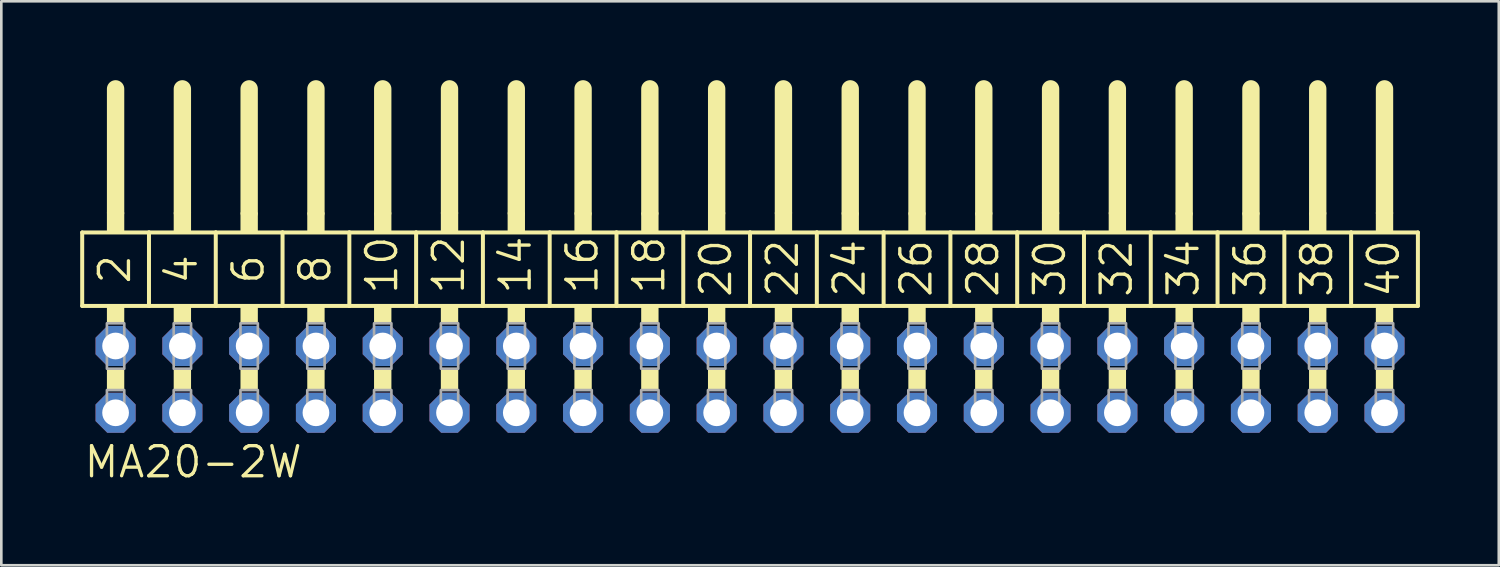
<source format=kicad_pcb>
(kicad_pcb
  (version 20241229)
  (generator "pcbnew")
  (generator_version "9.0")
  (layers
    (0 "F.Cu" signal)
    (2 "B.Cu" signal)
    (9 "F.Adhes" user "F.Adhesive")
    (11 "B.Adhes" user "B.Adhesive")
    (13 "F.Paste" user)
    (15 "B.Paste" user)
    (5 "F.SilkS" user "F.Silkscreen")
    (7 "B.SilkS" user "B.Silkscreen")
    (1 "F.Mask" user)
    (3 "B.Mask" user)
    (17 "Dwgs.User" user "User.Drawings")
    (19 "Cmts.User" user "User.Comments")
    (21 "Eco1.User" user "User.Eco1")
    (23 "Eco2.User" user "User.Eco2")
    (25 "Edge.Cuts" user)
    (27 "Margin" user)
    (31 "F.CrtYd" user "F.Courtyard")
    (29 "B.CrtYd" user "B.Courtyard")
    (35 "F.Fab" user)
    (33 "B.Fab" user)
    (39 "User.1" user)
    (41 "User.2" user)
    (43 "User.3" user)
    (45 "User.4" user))
  (footprint "MA20-2W"
    (layer "F.Cu")
    (at 25.476 11.379)
    (property "Reference" "MA20-2W" (at -25.4 3.81 0) (layer "F.SilkS") (effects (font (size 1.143 1.143) (thickness 0.127)) (justify left bottom)))
    (fp_line (start -25.4 -5.588) (end -22.86 -5.588) (stroke (width 0.152) (type solid)) (layer "F.SilkS"))
    (fp_line (start -25.4 -2.794) (end -25.4 -5.588) (stroke (width 0.152) (type solid)) (layer "F.SilkS"))
    (fp_line (start -24.13 -6.35) (end -24.13 -11.049) (stroke (width 0.66) (type solid)) (layer "F.SilkS"))
    (fp_line (start -22.86 -5.588) (end -20.32 -5.588) (stroke (width 0.152) (type solid)) (layer "F.SilkS"))
    (fp_line (start -22.86 -2.794) (end -25.4 -2.794) (stroke (width 0.152) (type solid)) (layer "F.SilkS"))
    (fp_line (start -22.86 -2.794) (end -22.86 -5.588) (stroke (width 0.152) (type solid)) (layer "F.SilkS"))
    (fp_line (start -22.86 -2.794) (end -20.32 -2.794) (stroke (width 0.152) (type solid)) (layer "F.SilkS"))
    (fp_line (start -21.59 -6.35) (end -21.59 -11.049) (stroke (width 0.66) (type solid)) (layer "F.SilkS"))
    (fp_line (start -20.32 -5.588) (end -17.78 -5.588) (stroke (width 0.152) (type solid)) (layer "F.SilkS"))
    (fp_line (start -20.32 -2.794) (end -20.32 -5.588) (stroke (width 0.152) (type solid)) (layer "F.SilkS"))
    (fp_line (start -19.05 -6.35) (end -19.05 -11.049) (stroke (width 0.66) (type solid)) (layer "F.SilkS"))
    (fp_line (start -17.78 -5.588) (end -15.24 -5.588) (stroke (width 0.152) (type solid)) (layer "F.SilkS"))
    (fp_line (start -17.78 -2.794) (end -20.32 -2.794) (stroke (width 0.152) (type solid)) (layer "F.SilkS"))
    (fp_line (start -17.78 -2.794) (end -17.78 -5.588) (stroke (width 0.152) (type solid)) (layer "F.SilkS"))
    (fp_line (start -16.51 -6.35) (end -16.51 -11.049) (stroke (width 0.66) (type solid)) (layer "F.SilkS"))
    (fp_line (start -15.24 -5.588) (end -12.7 -5.588) (stroke (width 0.152) (type solid)) (layer "F.SilkS"))
    (fp_line (start -15.24 -2.794) (end -17.78 -2.794) (stroke (width 0.152) (type solid)) (layer "F.SilkS"))
    (fp_line (start -15.24 -2.794) (end -15.24 -5.588) (stroke (width 0.152) (type solid)) (layer "F.SilkS"))
    (fp_line (start -13.97 -6.35) (end -13.97 -11.049) (stroke (width 0.66) (type solid)) (layer "F.SilkS"))
    (fp_line (start -12.7 -5.588) (end -10.16 -5.588) (stroke (width 0.152) (type solid)) (layer "F.SilkS"))
    (fp_line (start -12.7 -2.794) (end -15.24 -2.794) (stroke (width 0.152) (type solid)) (layer "F.SilkS"))
    (fp_line (start -12.7 -2.794) (end -12.7 -5.588) (stroke (width 0.152) (type solid)) (layer "F.SilkS"))
    (fp_line (start -11.43 -6.35) (end -11.43 -11.049) (stroke (width 0.66) (type solid)) (layer "F.SilkS"))
    (fp_line (start -10.16 -5.588) (end -7.62 -5.588) (stroke (width 0.152) (type solid)) (layer "F.SilkS"))
    (fp_line (start -10.16 -2.794) (end -12.7 -2.794) (stroke (width 0.152) (type solid)) (layer "F.SilkS"))
    (fp_line (start -10.16 -2.794) (end -10.16 -5.588) (stroke (width 0.152) (type solid)) (layer "F.SilkS"))
    (fp_line (start -10.16 -2.794) (end -7.62 -2.794) (stroke (width 0.152) (type solid)) (layer "F.SilkS"))
    (fp_line (start -8.89 -6.35) (end -8.89 -11.049) (stroke (width 0.66) (type solid)) (layer "F.SilkS"))
    (fp_line (start -7.62 -5.588) (end -5.08 -5.588) (stroke (width 0.152) (type solid)) (layer "F.SilkS"))
    (fp_line (start -7.62 -2.794) (end -7.62 -5.588) (stroke (width 0.152) (type solid)) (layer "F.SilkS"))
    (fp_line (start -6.35 -6.35) (end -6.35 -11.049) (stroke (width 0.66) (type solid)) (layer "F.SilkS"))
    (fp_line (start -5.08 -5.588) (end -2.54 -5.588) (stroke (width 0.152) (type solid)) (layer "F.SilkS"))
    (fp_line (start -5.08 -2.794) (end -7.62 -2.794) (stroke (width 0.152) (type solid)) (layer "F.SilkS"))
    (fp_line (start -5.08 -2.794) (end -5.08 -5.588) (stroke (width 0.152) (type solid)) (layer "F.SilkS"))
    (fp_line (start -3.81 -6.35) (end -3.81 -11.049) (stroke (width 0.66) (type solid)) (layer "F.SilkS"))
    (fp_line (start -2.54 -5.588) (end 0 -5.588) (stroke (width 0.152) (type solid)) (layer "F.SilkS"))
    (fp_line (start -2.54 -2.794) (end -5.08 -2.794) (stroke (width 0.152) (type solid)) (layer "F.SilkS"))
    (fp_line (start -2.54 -2.794) (end -2.54 -5.588) (stroke (width 0.152) (type solid)) (layer "F.SilkS"))
    (fp_line (start -1.27 -6.35) (end -1.27 -11.049) (stroke (width 0.66) (type solid)) (layer "F.SilkS"))
    (fp_line (start 0 -5.588) (end 2.54 -5.588) (stroke (width 0.152) (type solid)) (layer "F.SilkS"))
    (fp_line (start 0 -2.794) (end -2.54 -2.794) (stroke (width 0.152) (type solid)) (layer "F.SilkS"))
    (fp_line (start 0 -2.794) (end 0 -5.588) (stroke (width 0.152) (type solid)) (layer "F.SilkS"))
    (fp_line (start 1.27 -6.35) (end 1.27 -11.049) (stroke (width 0.66) (type solid)) (layer "F.SilkS"))
    (fp_line (start 2.54 -5.588) (end 5.08 -5.588) (stroke (width 0.152) (type solid)) (layer "F.SilkS"))
    (fp_line (start 2.54 -2.794) (end 0 -2.794) (stroke (width 0.152) (type solid)) (layer "F.SilkS"))
    (fp_line (start 2.54 -2.794) (end 2.54 -5.588) (stroke (width 0.152) (type solid)) (layer "F.SilkS"))
    (fp_line (start 2.54 -2.794) (end 5.08 -2.794) (stroke (width 0.152) (type solid)) (layer "F.SilkS"))
    (fp_line (start 3.81 -6.35) (end 3.81 -11.049) (stroke (width 0.66) (type solid)) (layer "F.SilkS"))
    (fp_line (start 5.08 -5.588) (end 7.62 -5.588) (stroke (width 0.152) (type solid)) (layer "F.SilkS"))
    (fp_line (start 5.08 -2.794) (end 5.08 -5.588) (stroke (width 0.152) (type solid)) (layer "F.SilkS"))
    (fp_line (start 6.35 -6.35) (end 6.35 -11.049) (stroke (width 0.66) (type solid)) (layer "F.SilkS"))
    (fp_line (start 7.62 -5.588) (end 10.16 -5.588) (stroke (width 0.152) (type solid)) (layer "F.SilkS"))
    (fp_line (start 7.62 -2.794) (end 5.08 -2.794) (stroke (width 0.152) (type solid)) (layer "F.SilkS"))
    (fp_line (start 7.62 -2.794) (end 7.62 -5.588) (stroke (width 0.152) (type solid)) (layer "F.SilkS"))
    (fp_line (start 8.89 -6.35) (end 8.89 -11.049) (stroke (width 0.66) (type solid)) (layer "F.SilkS"))
    (fp_line (start 10.16 -5.588) (end 12.7 -5.588) (stroke (width 0.152) (type solid)) (layer "F.SilkS"))
    (fp_line (start 10.16 -2.794) (end 7.62 -2.794) (stroke (width 0.152) (type solid)) (layer "F.SilkS"))
    (fp_line (start 10.16 -2.794) (end 10.16 -5.588) (stroke (width 0.152) (type solid)) (layer "F.SilkS"))
    (fp_line (start 11.43 -6.35) (end 11.43 -11.049) (stroke (width 0.66) (type solid)) (layer "F.SilkS"))
    (fp_line (start 12.7 -5.588) (end 15.24 -5.588) (stroke (width 0.152) (type solid)) (layer "F.SilkS"))
    (fp_line (start 12.7 -2.794) (end 10.16 -2.794) (stroke (width 0.152) (type solid)) (layer "F.SilkS"))
    (fp_line (start 12.7 -2.794) (end 12.7 -5.588) (stroke (width 0.152) (type solid)) (layer "F.SilkS"))
    (fp_line (start 13.97 -6.35) (end 13.97 -11.049) (stroke (width 0.66) (type solid)) (layer "F.SilkS"))
    (fp_line (start 15.24 -5.588) (end 17.78 -5.588) (stroke (width 0.152) (type solid)) (layer "F.SilkS"))
    (fp_line (start 15.24 -2.794) (end 12.7 -2.794) (stroke (width 0.152) (type solid)) (layer "F.SilkS"))
    (fp_line (start 15.24 -2.794) (end 15.24 -5.588) (stroke (width 0.152) (type solid)) (layer "F.SilkS"))
    (fp_line (start 15.24 -2.794) (end 17.78 -2.794) (stroke (width 0.152) (type solid)) (layer "F.SilkS"))
    (fp_line (start 16.51 -6.35) (end 16.51 -11.049) (stroke (width 0.66) (type solid)) (layer "F.SilkS"))
    (fp_line (start 17.78 -5.588) (end 20.32 -5.588) (stroke (width 0.152) (type solid)) (layer "F.SilkS"))
    (fp_line (start 17.78 -2.794) (end 17.78 -5.588) (stroke (width 0.152) (type solid)) (layer "F.SilkS"))
    (fp_line (start 19.05 -6.35) (end 19.05 -11.049) (stroke (width 0.66) (type solid)) (layer "F.SilkS"))
    (fp_line (start 20.32 -5.588) (end 22.86 -5.588) (stroke (width 0.152) (type solid)) (layer "F.SilkS"))
    (fp_line (start 20.32 -2.794) (end 17.78 -2.794) (stroke (width 0.152) (type solid)) (layer "F.SilkS"))
    (fp_line (start 20.32 -2.794) (end 20.32 -5.588) (stroke (width 0.152) (type solid)) (layer "F.SilkS"))
    (fp_line (start 21.59 -6.35) (end 21.59 -11.049) (stroke (width 0.66) (type solid)) (layer "F.SilkS"))
    (fp_line (start 22.86 -5.588) (end 25.4 -5.588) (stroke (width 0.152) (type solid)) (layer "F.SilkS"))
    (fp_line (start 22.86 -2.794) (end 20.32 -2.794) (stroke (width 0.152) (type solid)) (layer "F.SilkS"))
    (fp_line (start 22.86 -2.794) (end 22.86 -5.588) (stroke (width 0.152) (type solid)) (layer "F.SilkS"))
    (fp_line (start 24.13 -6.35) (end 24.13 -11.049) (stroke (width 0.66) (type solid)) (layer "F.SilkS"))
    (fp_line (start 25.4 -2.794) (end 22.86 -2.794) (stroke (width 0.152) (type solid)) (layer "F.SilkS"))
    (fp_line (start 25.4 -2.794) (end 25.4 -5.588) (stroke (width 0.152) (type solid)) (layer "F.SilkS"))
    (fp_poly (pts (xy -24.46 -5.588) (xy -23.8 -5.588) (xy -23.8 -6.35) (xy -24.46 -6.35)) (stroke (width 0) (type default)) (fill yes) (layer "F.SilkS"))
    (fp_poly (pts (xy -24.46 -2.134) (xy -23.8 -2.134) (xy -23.8 -2.794) (xy -24.46 -2.794)) (stroke (width 0) (type default)) (fill yes) (layer "F.SilkS"))
    (fp_poly (pts (xy -24.46 0.406) (xy -23.8 0.406) (xy -23.8 -0.406) (xy -24.46 -0.406)) (stroke (width 0) (type default)) (fill yes) (layer "F.SilkS"))
    (fp_poly (pts (xy -21.92 -5.588) (xy -21.26 -5.588) (xy -21.26 -6.35) (xy -21.92 -6.35)) (stroke (width 0) (type default)) (fill yes) (layer "F.SilkS"))
    (fp_poly (pts (xy -21.92 -2.134) (xy -21.26 -2.134) (xy -21.26 -2.794) (xy -21.92 -2.794)) (stroke (width 0) (type default)) (fill yes) (layer "F.SilkS"))
    (fp_poly (pts (xy -21.92 0.406) (xy -21.26 0.406) (xy -21.26 -0.406) (xy -21.92 -0.406)) (stroke (width 0) (type default)) (fill yes) (layer "F.SilkS"))
    (fp_poly (pts (xy -19.38 -5.588) (xy -18.72 -5.588) (xy -18.72 -6.35) (xy -19.38 -6.35)) (stroke (width 0) (type default)) (fill yes) (layer "F.SilkS"))
    (fp_poly (pts (xy -19.38 -2.134) (xy -18.72 -2.134) (xy -18.72 -2.794) (xy -19.38 -2.794)) (stroke (width 0) (type default)) (fill yes) (layer "F.SilkS"))
    (fp_poly (pts (xy -19.38 0.406) (xy -18.72 0.406) (xy -18.72 -0.406) (xy -19.38 -0.406)) (stroke (width 0) (type default)) (fill yes) (layer "F.SilkS"))
    (fp_poly (pts (xy -16.84 -5.588) (xy -16.18 -5.588) (xy -16.18 -6.35) (xy -16.84 -6.35)) (stroke (width 0) (type default)) (fill yes) (layer "F.SilkS"))
    (fp_poly (pts (xy -16.84 -2.134) (xy -16.18 -2.134) (xy -16.18 -2.794) (xy -16.84 -2.794)) (stroke (width 0) (type default)) (fill yes) (layer "F.SilkS"))
    (fp_poly (pts (xy -16.84 0.406) (xy -16.18 0.406) (xy -16.18 -0.406) (xy -16.84 -0.406)) (stroke (width 0) (type default)) (fill yes) (layer "F.SilkS"))
    (fp_poly (pts (xy -14.3 -5.588) (xy -13.64 -5.588) (xy -13.64 -6.35) (xy -14.3 -6.35)) (stroke (width 0) (type default)) (fill yes) (layer "F.SilkS"))
    (fp_poly (pts (xy -14.3 -2.134) (xy -13.64 -2.134) (xy -13.64 -2.794) (xy -14.3 -2.794)) (stroke (width 0) (type default)) (fill yes) (layer "F.SilkS"))
    (fp_poly (pts (xy -14.3 0.406) (xy -13.64 0.406) (xy -13.64 -0.406) (xy -14.3 -0.406)) (stroke (width 0) (type default)) (fill yes) (layer "F.SilkS"))
    (fp_poly (pts (xy -11.76 -5.588) (xy -11.1 -5.588) (xy -11.1 -6.35) (xy -11.76 -6.35)) (stroke (width 0) (type default)) (fill yes) (layer "F.SilkS"))
    (fp_poly (pts (xy -11.76 -2.134) (xy -11.1 -2.134) (xy -11.1 -2.794) (xy -11.76 -2.794)) (stroke (width 0) (type default)) (fill yes) (layer "F.SilkS"))
    (fp_poly (pts (xy -11.76 0.406) (xy -11.1 0.406) (xy -11.1 -0.406) (xy -11.76 -0.406)) (stroke (width 0) (type default)) (fill yes) (layer "F.SilkS"))
    (fp_poly (pts (xy -9.22 -5.588) (xy -8.56 -5.588) (xy -8.56 -6.35) (xy -9.22 -6.35)) (stroke (width 0) (type default)) (fill yes) (layer "F.SilkS"))
    (fp_poly (pts (xy -9.22 -2.134) (xy -8.56 -2.134) (xy -8.56 -2.794) (xy -9.22 -2.794)) (stroke (width 0) (type default)) (fill yes) (layer "F.SilkS"))
    (fp_poly (pts (xy -9.22 0.406) (xy -8.56 0.406) (xy -8.56 -0.406) (xy -9.22 -0.406)) (stroke (width 0) (type default)) (fill yes) (layer "F.SilkS"))
    (fp_poly (pts (xy -6.68 -5.588) (xy -6.02 -5.588) (xy -6.02 -6.35) (xy -6.68 -6.35)) (stroke (width 0) (type default)) (fill yes) (layer "F.SilkS"))
    (fp_poly (pts (xy -6.68 -2.134) (xy -6.02 -2.134) (xy -6.02 -2.794) (xy -6.68 -2.794)) (stroke (width 0) (type default)) (fill yes) (layer "F.SilkS"))
    (fp_poly (pts (xy -6.68 0.406) (xy -6.02 0.406) (xy -6.02 -0.406) (xy -6.68 -0.406)) (stroke (width 0) (type default)) (fill yes) (layer "F.SilkS"))
    (fp_poly (pts (xy -4.14 -5.588) (xy -3.48 -5.588) (xy -3.48 -6.35) (xy -4.14 -6.35)) (stroke (width 0) (type default)) (fill yes) (layer "F.SilkS"))
    (fp_poly (pts (xy -4.14 -2.134) (xy -3.48 -2.134) (xy -3.48 -2.794) (xy -4.14 -2.794)) (stroke (width 0) (type default)) (fill yes) (layer "F.SilkS"))
    (fp_poly (pts (xy -4.14 0.406) (xy -3.48 0.406) (xy -3.48 -0.406) (xy -4.14 -0.406)) (stroke (width 0) (type default)) (fill yes) (layer "F.SilkS"))
    (fp_poly (pts (xy -1.6 -5.588) (xy -0.94 -5.588) (xy -0.94 -6.35) (xy -1.6 -6.35)) (stroke (width 0) (type default)) (fill yes) (layer "F.SilkS"))
    (fp_poly (pts (xy -1.6 -2.134) (xy -0.94 -2.134) (xy -0.94 -2.794) (xy -1.6 -2.794)) (stroke (width 0) (type default)) (fill yes) (layer "F.SilkS"))
    (fp_poly (pts (xy -1.6 0.406) (xy -0.94 0.406) (xy -0.94 -0.406) (xy -1.6 -0.406)) (stroke (width 0) (type default)) (fill yes) (layer "F.SilkS"))
    (fp_poly (pts (xy 0.94 -5.588) (xy 1.6 -5.588) (xy 1.6 -6.35) (xy 0.94 -6.35)) (stroke (width 0) (type default)) (fill yes) (layer "F.SilkS"))
    (fp_poly (pts (xy 0.94 -2.134) (xy 1.6 -2.134) (xy 1.6 -2.794) (xy 0.94 -2.794)) (stroke (width 0) (type default)) (fill yes) (layer "F.SilkS"))
    (fp_poly (pts (xy 0.94 0.406) (xy 1.6 0.406) (xy 1.6 -0.406) (xy 0.94 -0.406)) (stroke (width 0) (type default)) (fill yes) (layer "F.SilkS"))
    (fp_poly (pts (xy 3.48 -5.588) (xy 4.14 -5.588) (xy 4.14 -6.35) (xy 3.48 -6.35)) (stroke (width 0) (type default)) (fill yes) (layer "F.SilkS"))
    (fp_poly (pts (xy 3.48 -2.134) (xy 4.14 -2.134) (xy 4.14 -2.794) (xy 3.48 -2.794)) (stroke (width 0) (type default)) (fill yes) (layer "F.SilkS"))
    (fp_poly (pts (xy 3.48 0.406) (xy 4.14 0.406) (xy 4.14 -0.406) (xy 3.48 -0.406)) (stroke (width 0) (type default)) (fill yes) (layer "F.SilkS"))
    (fp_poly (pts (xy 6.02 -5.588) (xy 6.68 -5.588) (xy 6.68 -6.35) (xy 6.02 -6.35)) (stroke (width 0) (type default)) (fill yes) (layer "F.SilkS"))
    (fp_poly (pts (xy 6.02 -2.134) (xy 6.68 -2.134) (xy 6.68 -2.794) (xy 6.02 -2.794)) (stroke (width 0) (type default)) (fill yes) (layer "F.SilkS"))
    (fp_poly (pts (xy 6.02 0.406) (xy 6.68 0.406) (xy 6.68 -0.406) (xy 6.02 -0.406)) (stroke (width 0) (type default)) (fill yes) (layer "F.SilkS"))
    (fp_poly (pts (xy 8.56 -5.588) (xy 9.22 -5.588) (xy 9.22 -6.35) (xy 8.56 -6.35)) (stroke (width 0) (type default)) (fill yes) (layer "F.SilkS"))
    (fp_poly (pts (xy 8.56 -2.134) (xy 9.22 -2.134) (xy 9.22 -2.794) (xy 8.56 -2.794)) (stroke (width 0) (type default)) (fill yes) (layer "F.SilkS"))
    (fp_poly (pts (xy 8.56 0.406) (xy 9.22 0.406) (xy 9.22 -0.406) (xy 8.56 -0.406)) (stroke (width 0) (type default)) (fill yes) (layer "F.SilkS"))
    (fp_poly (pts (xy 11.1 -5.588) (xy 11.76 -5.588) (xy 11.76 -6.35) (xy 11.1 -6.35)) (stroke (width 0) (type default)) (fill yes) (layer "F.SilkS"))
    (fp_poly (pts (xy 11.1 -2.134) (xy 11.76 -2.134) (xy 11.76 -2.794) (xy 11.1 -2.794)) (stroke (width 0) (type default)) (fill yes) (layer "F.SilkS"))
    (fp_poly (pts (xy 11.1 0.406) (xy 11.76 0.406) (xy 11.76 -0.406) (xy 11.1 -0.406)) (stroke (width 0) (type default)) (fill yes) (layer "F.SilkS"))
    (fp_poly (pts (xy 13.64 -5.588) (xy 14.3 -5.588) (xy 14.3 -6.35) (xy 13.64 -6.35)) (stroke (width 0) (type default)) (fill yes) (layer "F.SilkS"))
    (fp_poly (pts (xy 13.64 -2.134) (xy 14.3 -2.134) (xy 14.3 -2.794) (xy 13.64 -2.794)) (stroke (width 0) (type default)) (fill yes) (layer "F.SilkS"))
    (fp_poly (pts (xy 13.64 0.406) (xy 14.3 0.406) (xy 14.3 -0.406) (xy 13.64 -0.406)) (stroke (width 0) (type default)) (fill yes) (layer "F.SilkS"))
    (fp_poly (pts (xy 16.18 -5.588) (xy 16.84 -5.588) (xy 16.84 -6.35) (xy 16.18 -6.35)) (stroke (width 0) (type default)) (fill yes) (layer "F.SilkS"))
    (fp_poly (pts (xy 16.18 -2.134) (xy 16.84 -2.134) (xy 16.84 -2.794) (xy 16.18 -2.794)) (stroke (width 0) (type default)) (fill yes) (layer "F.SilkS"))
    (fp_poly (pts (xy 16.18 0.406) (xy 16.84 0.406) (xy 16.84 -0.406) (xy 16.18 -0.406)) (stroke (width 0) (type default)) (fill yes) (layer "F.SilkS"))
    (fp_poly (pts (xy 18.72 -5.588) (xy 19.38 -5.588) (xy 19.38 -6.35) (xy 18.72 -6.35)) (stroke (width 0) (type default)) (fill yes) (layer "F.SilkS"))
    (fp_poly (pts (xy 18.72 -2.134) (xy 19.38 -2.134) (xy 19.38 -2.794) (xy 18.72 -2.794)) (stroke (width 0) (type default)) (fill yes) (layer "F.SilkS"))
    (fp_poly (pts (xy 18.72 0.406) (xy 19.38 0.406) (xy 19.38 -0.406) (xy 18.72 -0.406)) (stroke (width 0) (type default)) (fill yes) (layer "F.SilkS"))
    (fp_poly (pts (xy 21.26 -5.588) (xy 21.92 -5.588) (xy 21.92 -6.35) (xy 21.26 -6.35)) (stroke (width 0) (type default)) (fill yes) (layer "F.SilkS"))
    (fp_poly (pts (xy 21.26 -2.134) (xy 21.92 -2.134) (xy 21.92 -2.794) (xy 21.26 -2.794)) (stroke (width 0) (type default)) (fill yes) (layer "F.SilkS"))
    (fp_poly (pts (xy 21.26 0.406) (xy 21.92 0.406) (xy 21.92 -0.406) (xy 21.26 -0.406)) (stroke (width 0) (type default)) (fill yes) (layer "F.SilkS"))
    (fp_poly (pts (xy 23.8 -5.588) (xy 24.46 -5.588) (xy 24.46 -6.35) (xy 23.8 -6.35)) (stroke (width 0) (type default)) (fill yes) (layer "F.SilkS"))
    (fp_poly (pts (xy 23.8 -2.134) (xy 24.46 -2.134) (xy 24.46 -2.794) (xy 23.8 -2.794)) (stroke (width 0) (type default)) (fill yes) (layer "F.SilkS"))
    (fp_poly (pts (xy 23.8 0.406) (xy 24.46 0.406) (xy 24.46 -0.406) (xy 23.8 -0.406)) (stroke (width 0) (type default)) (fill yes) (layer "F.SilkS"))
    (fp_poly (pts (xy -24.46 -0.406) (xy -23.8 -0.406) (xy -23.8 -2.134) (xy -24.46 -2.134)) (stroke (width 0.1) (type default)) (fill no) (layer "F.Fab"))
    (fp_poly (pts (xy -24.46 1.575) (xy -23.8 1.575) (xy -23.8 0.406) (xy -24.46 0.406)) (stroke (width 0.1) (type default)) (fill no) (layer "F.Fab"))
    (fp_poly (pts (xy -21.92 -0.406) (xy -21.26 -0.406) (xy -21.26 -2.134) (xy -21.92 -2.134)) (stroke (width 0.1) (type default)) (fill no) (layer "F.Fab"))
    (fp_poly (pts (xy -21.92 1.575) (xy -21.26 1.575) (xy -21.26 0.406) (xy -21.92 0.406)) (stroke (width 0.1) (type default)) (fill no) (layer "F.Fab"))
    (fp_poly (pts (xy -19.38 -0.406) (xy -18.72 -0.406) (xy -18.72 -2.134) (xy -19.38 -2.134)) (stroke (width 0.1) (type default)) (fill no) (layer "F.Fab"))
    (fp_poly (pts (xy -19.38 1.575) (xy -18.72 1.575) (xy -18.72 0.406) (xy -19.38 0.406)) (stroke (width 0.1) (type default)) (fill no) (layer "F.Fab"))
    (fp_poly (pts (xy -16.84 -0.406) (xy -16.18 -0.406) (xy -16.18 -2.134) (xy -16.84 -2.134)) (stroke (width 0.1) (type default)) (fill no) (layer "F.Fab"))
    (fp_poly (pts (xy -16.84 1.575) (xy -16.18 1.575) (xy -16.18 0.406) (xy -16.84 0.406)) (stroke (width 0.1) (type default)) (fill no) (layer "F.Fab"))
    (fp_poly (pts (xy -14.3 -0.406) (xy -13.64 -0.406) (xy -13.64 -2.134) (xy -14.3 -2.134)) (stroke (width 0.1) (type default)) (fill no) (layer "F.Fab"))
    (fp_poly (pts (xy -14.3 1.575) (xy -13.64 1.575) (xy -13.64 0.406) (xy -14.3 0.406)) (stroke (width 0.1) (type default)) (fill no) (layer "F.Fab"))
    (fp_poly (pts (xy -11.76 -0.406) (xy -11.1 -0.406) (xy -11.1 -2.134) (xy -11.76 -2.134)) (stroke (width 0.1) (type default)) (fill no) (layer "F.Fab"))
    (fp_poly (pts (xy -11.76 1.575) (xy -11.1 1.575) (xy -11.1 0.406) (xy -11.76 0.406)) (stroke (width 0.1) (type default)) (fill no) (layer "F.Fab"))
    (fp_poly (pts (xy -9.22 -0.406) (xy -8.56 -0.406) (xy -8.56 -2.134) (xy -9.22 -2.134)) (stroke (width 0.1) (type default)) (fill no) (layer "F.Fab"))
    (fp_poly (pts (xy -9.22 1.575) (xy -8.56 1.575) (xy -8.56 0.406) (xy -9.22 0.406)) (stroke (width 0.1) (type default)) (fill no) (layer "F.Fab"))
    (fp_poly (pts (xy -6.68 -0.406) (xy -6.02 -0.406) (xy -6.02 -2.134) (xy -6.68 -2.134)) (stroke (width 0.1) (type default)) (fill no) (layer "F.Fab"))
    (fp_poly (pts (xy -6.68 1.575) (xy -6.02 1.575) (xy -6.02 0.406) (xy -6.68 0.406)) (stroke (width 0.1) (type default)) (fill no) (layer "F.Fab"))
    (fp_poly (pts (xy -4.14 -0.406) (xy -3.48 -0.406) (xy -3.48 -2.134) (xy -4.14 -2.134)) (stroke (width 0.1) (type default)) (fill no) (layer "F.Fab"))
    (fp_poly (pts (xy -4.14 1.575) (xy -3.48 1.575) (xy -3.48 0.406) (xy -4.14 0.406)) (stroke (width 0.1) (type default)) (fill no) (layer "F.Fab"))
    (fp_poly (pts (xy -1.6 -0.406) (xy -0.94 -0.406) (xy -0.94 -2.134) (xy -1.6 -2.134)) (stroke (width 0.1) (type default)) (fill no) (layer "F.Fab"))
    (fp_poly (pts (xy -1.6 1.575) (xy -0.94 1.575) (xy -0.94 0.406) (xy -1.6 0.406)) (stroke (width 0.1) (type default)) (fill no) (layer "F.Fab"))
    (fp_poly (pts (xy 0.94 -0.406) (xy 1.6 -0.406) (xy 1.6 -2.134) (xy 0.94 -2.134)) (stroke (width 0.1) (type default)) (fill no) (layer "F.Fab"))
    (fp_poly (pts (xy 0.94 1.575) (xy 1.6 1.575) (xy 1.6 0.406) (xy 0.94 0.406)) (stroke (width 0.1) (type default)) (fill no) (layer "F.Fab"))
    (fp_poly (pts (xy 3.48 -0.406) (xy 4.14 -0.406) (xy 4.14 -2.134) (xy 3.48 -2.134)) (stroke (width 0.1) (type default)) (fill no) (layer "F.Fab"))
    (fp_poly (pts (xy 3.48 1.575) (xy 4.14 1.575) (xy 4.14 0.406) (xy 3.48 0.406)) (stroke (width 0.1) (type default)) (fill no) (layer "F.Fab"))
    (fp_poly (pts (xy 6.02 -0.406) (xy 6.68 -0.406) (xy 6.68 -2.134) (xy 6.02 -2.134)) (stroke (width 0.1) (type default)) (fill no) (layer "F.Fab"))
    (fp_poly (pts (xy 6.02 1.575) (xy 6.68 1.575) (xy 6.68 0.406) (xy 6.02 0.406)) (stroke (width 0.1) (type default)) (fill no) (layer "F.Fab"))
    (fp_poly (pts (xy 8.56 -0.406) (xy 9.22 -0.406) (xy 9.22 -2.134) (xy 8.56 -2.134)) (stroke (width 0.1) (type default)) (fill no) (layer "F.Fab"))
    (fp_poly (pts (xy 8.56 1.575) (xy 9.22 1.575) (xy 9.22 0.406) (xy 8.56 0.406)) (stroke (width 0.1) (type default)) (fill no) (layer "F.Fab"))
    (fp_poly (pts (xy 11.1 -0.406) (xy 11.76 -0.406) (xy 11.76 -2.134) (xy 11.1 -2.134)) (stroke (width 0.1) (type default)) (fill no) (layer "F.Fab"))
    (fp_poly (pts (xy 11.1 1.575) (xy 11.76 1.575) (xy 11.76 0.406) (xy 11.1 0.406)) (stroke (width 0.1) (type default)) (fill no) (layer "F.Fab"))
    (fp_poly (pts (xy 13.64 -0.406) (xy 14.3 -0.406) (xy 14.3 -2.134) (xy 13.64 -2.134)) (stroke (width 0.1) (type default)) (fill no) (layer "F.Fab"))
    (fp_poly (pts (xy 13.64 1.575) (xy 14.3 1.575) (xy 14.3 0.406) (xy 13.64 0.406)) (stroke (width 0.1) (type default)) (fill no) (layer "F.Fab"))
    (fp_poly (pts (xy 16.18 -0.406) (xy 16.84 -0.406) (xy 16.84 -2.134) (xy 16.18 -2.134)) (stroke (width 0.1) (type default)) (fill no) (layer "F.Fab"))
    (fp_poly (pts (xy 16.18 1.575) (xy 16.84 1.575) (xy 16.84 0.406) (xy 16.18 0.406)) (stroke (width 0.1) (type default)) (fill no) (layer "F.Fab"))
    (fp_poly (pts (xy 18.72 -0.406) (xy 19.38 -0.406) (xy 19.38 -2.134) (xy 18.72 -2.134)) (stroke (width 0.1) (type default)) (fill no) (layer "F.Fab"))
    (fp_poly (pts (xy 18.72 1.575) (xy 19.38 1.575) (xy 19.38 0.406) (xy 18.72 0.406)) (stroke (width 0.1) (type default)) (fill no) (layer "F.Fab"))
    (fp_poly (pts (xy 21.26 -0.406) (xy 21.92 -0.406) (xy 21.92 -2.134) (xy 21.26 -2.134)) (stroke (width 0.1) (type default)) (fill no) (layer "F.Fab"))
    (fp_poly (pts (xy 21.26 1.575) (xy 21.92 1.575) (xy 21.92 0.406) (xy 21.26 0.406)) (stroke (width 0.1) (type default)) (fill no) (layer "F.Fab"))
    (fp_poly (pts (xy 23.8 -0.406) (xy 24.46 -0.406) (xy 24.46 -2.134) (xy 23.8 -2.134)) (stroke (width 0.1) (type default)) (fill no) (layer "F.Fab"))
    (fp_poly (pts (xy 23.8 1.575) (xy 24.46 1.575) (xy 24.46 0.406) (xy 23.8 0.406)) (stroke (width 0.1) (type default)) (fill no) (layer "F.Fab"))
    (fp_text user "24" (at 4.445 -3.048 90) (layer "F.SilkS") (effects (font (size 1.143 1.143) (thickness 0.127)) (justify left bottom)))
    (fp_text user "22" (at 1.905 -3.048 90) (layer "F.SilkS") (effects (font (size 1.143 1.143) (thickness 0.127)) (justify left bottom)))
    (fp_text user "16" (at -5.715 -3.175 90) (layer "F.SilkS") (effects (font (size 1.143 1.143) (thickness 0.127)) (justify left bottom)))
    (fp_text user "8" (at -15.875 -3.556 90) (layer "F.SilkS") (effects (font (size 1.143 1.143) (thickness 0.127)) (justify left bottom)))
    (fp_text user "40" (at 24.765 -3.048 90) (layer "F.SilkS") (effects (font (size 1.143 1.143) (thickness 0.127)) (justify left bottom)))
    (fp_text user "30" (at 12.065 -3.048 90) (layer "F.SilkS") (effects (font (size 1.143 1.143) (thickness 0.127)) (justify left bottom)))
    (fp_text user "18" (at -3.175 -3.175 90) (layer "F.SilkS") (effects (font (size 1.143 1.143) (thickness 0.127)) (justify left bottom)))
    (fp_text user "14" (at -8.255 -3.175 90) (layer "F.SilkS") (effects (font (size 1.143 1.143) (thickness 0.127)) (justify left bottom)))
    (fp_text user "26" (at 6.985 -3.048 90) (layer "F.SilkS") (effects (font (size 1.143 1.143) (thickness 0.127)) (justify left bottom)))
    (fp_text user "4" (at -20.955 -3.556 90) (layer "F.SilkS") (effects (font (size 1.143 1.143) (thickness 0.127)) (justify left bottom)))
    (fp_text user "10" (at -13.335 -3.175 90) (layer "F.SilkS") (effects (font (size 1.143 1.143) (thickness 0.127)) (justify left bottom)))
    (fp_text user "12" (at -10.795 -3.175 90) (layer "F.SilkS") (effects (font (size 1.143 1.143) (thickness 0.127)) (justify left bottom)))
    (fp_text user "32" (at 14.605 -3.048 90) (layer "F.SilkS") (effects (font (size 1.143 1.143) (thickness 0.127)) (justify left bottom)))
    (fp_text user "20" (at -0.635 -3.048 90) (layer "F.SilkS") (effects (font (size 1.143 1.143) (thickness 0.127)) (justify left bottom)))
    (fp_text user "28" (at 9.525 -3.048 90) (layer "F.SilkS") (effects (font (size 1.143 1.143) (thickness 0.127)) (justify left bottom)))
    (fp_text user "36" (at 19.685 -3.048 90) (layer "F.SilkS") (effects (font (size 1.143 1.143) (thickness 0.127)) (justify left bottom)))
    (fp_text user "38" (at 22.225 -3.048 90) (layer "F.SilkS") (effects (font (size 1.143 1.143) (thickness 0.127)) (justify left bottom)))
    (fp_text user "34" (at 17.145 -3.048 90) (layer "F.SilkS") (effects (font (size 1.143 1.143) (thickness 0.127)) (justify left bottom)))
    (fp_text user "6" (at -18.415 -3.556 90) (layer "F.SilkS") (effects (font (size 1.143 1.143) (thickness 0.127)) (justify left bottom)))
    (fp_text user "2" (at -23.495 -3.556 90) (layer "F.SilkS") (effects (font (size 1.143 1.143) (thickness 0.127)) (justify left bottom)))
    (pad "1" thru_hole roundrect (at -24.13 1.27) (size 1.524 1.524) (drill 1.016) (layers "*.Cu" "*.Mask") (roundrect_rratio 0.25) (chamfer_ratio 0.293) (chamfer top_left top_right bottom_left bottom_right))
    (pad "2" thru_hole roundrect (at -24.13 -1.27) (size 1.524 1.524) (drill 1.016) (layers "*.Cu" "*.Mask") (roundrect_rratio 0.25) (chamfer_ratio 0.293) (chamfer top_left top_right bottom_left bottom_right))
    (pad "3" thru_hole roundrect (at -21.59 1.27) (size 1.524 1.524) (drill 1.016) (layers "*.Cu" "*.Mask") (roundrect_rratio 0.25) (chamfer_ratio 0.293) (chamfer top_left top_right bottom_left bottom_right))
    (pad "4" thru_hole roundrect (at -21.59 -1.27) (size 1.524 1.524) (drill 1.016) (layers "*.Cu" "*.Mask") (roundrect_rratio 0.25) (chamfer_ratio 0.293) (chamfer top_left top_right bottom_left bottom_right))
    (pad "5" thru_hole roundrect (at -19.05 1.27) (size 1.524 1.524) (drill 1.016) (layers "*.Cu" "*.Mask") (roundrect_rratio 0.25) (chamfer_ratio 0.293) (chamfer top_left top_right bottom_left bottom_right))
    (pad "6" thru_hole roundrect (at -19.05 -1.27) (size 1.524 1.524) (drill 1.016) (layers "*.Cu" "*.Mask") (roundrect_rratio 0.25) (chamfer_ratio 0.293) (chamfer top_left top_right bottom_left bottom_right))
    (pad "7" thru_hole roundrect (at -16.51 1.27) (size 1.524 1.524) (drill 1.016) (layers "*.Cu" "*.Mask") (roundrect_rratio 0.25) (chamfer_ratio 0.293) (chamfer top_left top_right bottom_left bottom_right))
    (pad "8" thru_hole roundrect (at -16.51 -1.27) (size 1.524 1.524) (drill 1.016) (layers "*.Cu" "*.Mask") (roundrect_rratio 0.25) (chamfer_ratio 0.293) (chamfer top_left top_right bottom_left bottom_right))
    (pad "9" thru_hole roundrect (at -13.97 1.27) (size 1.524 1.524) (drill 1.016) (layers "*.Cu" "*.Mask") (roundrect_rratio 0.25) (chamfer_ratio 0.293) (chamfer top_left top_right bottom_left bottom_right))
    (pad "10" thru_hole roundrect (at -13.97 -1.27) (size 1.524 1.524) (drill 1.016) (layers "*.Cu" "*.Mask") (roundrect_rratio 0.25) (chamfer_ratio 0.293) (chamfer top_left top_right bottom_left bottom_right))
    (pad "11" thru_hole roundrect (at -11.43 1.27) (size 1.524 1.524) (drill 1.016) (layers "*.Cu" "*.Mask") (roundrect_rratio 0.25) (chamfer_ratio 0.293) (chamfer top_left top_right bottom_left bottom_right))
    (pad "12" thru_hole roundrect (at -11.43 -1.27) (size 1.524 1.524) (drill 1.016) (layers "*.Cu" "*.Mask") (roundrect_rratio 0.25) (chamfer_ratio 0.293) (chamfer top_left top_right bottom_left bottom_right))
    (pad "13" thru_hole roundrect (at -8.89 1.27) (size 1.524 1.524) (drill 1.016) (layers "*.Cu" "*.Mask") (roundrect_rratio 0.25) (chamfer_ratio 0.293) (chamfer top_left top_right bottom_left bottom_right))
    (pad "14" thru_hole roundrect (at -8.89 -1.27) (size 1.524 1.524) (drill 1.016) (layers "*.Cu" "*.Mask") (roundrect_rratio 0.25) (chamfer_ratio 0.293) (chamfer top_left top_right bottom_left bottom_right))
    (pad "15" thru_hole roundrect (at -6.35 1.27) (size 1.524 1.524) (drill 1.016) (layers "*.Cu" "*.Mask") (roundrect_rratio 0.25) (chamfer_ratio 0.293) (chamfer top_left top_right bottom_left bottom_right))
    (pad "16" thru_hole roundrect (at -6.35 -1.27) (size 1.524 1.524) (drill 1.016) (layers "*.Cu" "*.Mask") (roundrect_rratio 0.25) (chamfer_ratio 0.293) (chamfer top_left top_right bottom_left bottom_right))
    (pad "17" thru_hole roundrect (at -3.81 1.27) (size 1.524 1.524) (drill 1.016) (layers "*.Cu" "*.Mask") (roundrect_rratio 0.25) (chamfer_ratio 0.293) (chamfer top_left top_right bottom_left bottom_right))
    (pad "18" thru_hole roundrect (at -3.81 -1.27) (size 1.524 1.524) (drill 1.016) (layers "*.Cu" "*.Mask") (roundrect_rratio 0.25) (chamfer_ratio 0.293) (chamfer top_left top_right bottom_left bottom_right))
    (pad "19" thru_hole roundrect (at -1.27 1.27) (size 1.524 1.524) (drill 1.016) (layers "*.Cu" "*.Mask") (roundrect_rratio 0.25) (chamfer_ratio 0.293) (chamfer top_left top_right bottom_left bottom_right))
    (pad "20" thru_hole roundrect (at -1.27 -1.27) (size 1.524 1.524) (drill 1.016) (layers "*.Cu" "*.Mask") (roundrect_rratio 0.25) (chamfer_ratio 0.293) (chamfer top_left top_right bottom_left bottom_right))
    (pad "21" thru_hole roundrect (at 1.27 1.27) (size 1.524 1.524) (drill 1.016) (layers "*.Cu" "*.Mask") (roundrect_rratio 0.25) (chamfer_ratio 0.293) (chamfer top_left top_right bottom_left bottom_right))
    (pad "22" thru_hole roundrect (at 1.27 -1.27) (size 1.524 1.524) (drill 1.016) (layers "*.Cu" "*.Mask") (roundrect_rratio 0.25) (chamfer_ratio 0.293) (chamfer top_left top_right bottom_left bottom_right))
    (pad "23" thru_hole roundrect (at 3.81 1.27) (size 1.524 1.524) (drill 1.016) (layers "*.Cu" "*.Mask") (roundrect_rratio 0.25) (chamfer_ratio 0.293) (chamfer top_left top_right bottom_left bottom_right))
    (pad "24" thru_hole roundrect (at 3.81 -1.27) (size 1.524 1.524) (drill 1.016) (layers "*.Cu" "*.Mask") (roundrect_rratio 0.25) (chamfer_ratio 0.293) (chamfer top_left top_right bottom_left bottom_right))
    (pad "25" thru_hole roundrect (at 6.35 1.27) (size 1.524 1.524) (drill 1.016) (layers "*.Cu" "*.Mask") (roundrect_rratio 0.25) (chamfer_ratio 0.293) (chamfer top_left top_right bottom_left bottom_right))
    (pad "26" thru_hole roundrect (at 6.35 -1.27) (size 1.524 1.524) (drill 1.016) (layers "*.Cu" "*.Mask") (roundrect_rratio 0.25) (chamfer_ratio 0.293) (chamfer top_left top_right bottom_left bottom_right))
    (pad "27" thru_hole roundrect (at 8.89 1.27) (size 1.524 1.524) (drill 1.016) (layers "*.Cu" "*.Mask") (roundrect_rratio 0.25) (chamfer_ratio 0.293) (chamfer top_left top_right bottom_left bottom_right))
    (pad "28" thru_hole roundrect (at 8.89 -1.27) (size 1.524 1.524) (drill 1.016) (layers "*.Cu" "*.Mask") (roundrect_rratio 0.25) (chamfer_ratio 0.293) (chamfer top_left top_right bottom_left bottom_right))
    (pad "29" thru_hole roundrect (at 11.43 1.27) (size 1.524 1.524) (drill 1.016) (layers "*.Cu" "*.Mask") (roundrect_rratio 0.25) (chamfer_ratio 0.293) (chamfer top_left top_right bottom_left bottom_right))
    (pad "30" thru_hole roundrect (at 11.43 -1.27) (size 1.524 1.524) (drill 1.016) (layers "*.Cu" "*.Mask") (roundrect_rratio 0.25) (chamfer_ratio 0.293) (chamfer top_left top_right bottom_left bottom_right))
    (pad "31" thru_hole roundrect (at 13.97 1.27) (size 1.524 1.524) (drill 1.016) (layers "*.Cu" "*.Mask") (roundrect_rratio 0.25) (chamfer_ratio 0.293) (chamfer top_left top_right bottom_left bottom_right))
    (pad "32" thru_hole roundrect (at 13.97 -1.27) (size 1.524 1.524) (drill 1.016) (layers "*.Cu" "*.Mask") (roundrect_rratio 0.25) (chamfer_ratio 0.293) (chamfer top_left top_right bottom_left bottom_right))
    (pad "33" thru_hole roundrect (at 16.51 1.27) (size 1.524 1.524) (drill 1.016) (layers "*.Cu" "*.Mask") (roundrect_rratio 0.25) (chamfer_ratio 0.293) (chamfer top_left top_right bottom_left bottom_right))
    (pad "34" thru_hole roundrect (at 16.51 -1.27) (size 1.524 1.524) (drill 1.016) (layers "*.Cu" "*.Mask") (roundrect_rratio 0.25) (chamfer_ratio 0.293) (chamfer top_left top_right bottom_left bottom_right))
    (pad "35" thru_hole roundrect (at 19.05 1.27) (size 1.524 1.524) (drill 1.016) (layers "*.Cu" "*.Mask") (roundrect_rratio 0.25) (chamfer_ratio 0.293) (chamfer top_left top_right bottom_left bottom_right))
    (pad "36" thru_hole roundrect (at 19.05 -1.27) (size 1.524 1.524) (drill 1.016) (layers "*.Cu" "*.Mask") (roundrect_rratio 0.25) (chamfer_ratio 0.293) (chamfer top_left top_right bottom_left bottom_right))
    (pad "37" thru_hole roundrect (at 21.59 1.27) (size 1.524 1.524) (drill 1.016) (layers "*.Cu" "*.Mask") (roundrect_rratio 0.25) (chamfer_ratio 0.293) (chamfer top_left top_right bottom_left bottom_right))
    (pad "38" thru_hole roundrect (at 21.59 -1.27) (size 1.524 1.524) (drill 1.016) (layers "*.Cu" "*.Mask") (roundrect_rratio 0.25) (chamfer_ratio 0.293) (chamfer top_left top_right bottom_left bottom_right))
    (pad "39" thru_hole roundrect (at 24.13 1.27) (size 1.524 1.524) (drill 1.016) (layers "*.Cu" "*.Mask") (roundrect_rratio 0.25) (chamfer_ratio 0.293) (chamfer top_left top_right bottom_left bottom_right))
    (pad "40" thru_hole roundrect (at 24.13 -1.27) (size 1.524 1.524) (drill 1.016) (layers "*.Cu" "*.Mask") (roundrect_rratio 0.25) (chamfer_ratio 0.293) (chamfer top_left top_right bottom_left bottom_right)))
  (gr_rect
    (start -3 -3)
    (end 53.952 18.448)
    (stroke (width 0.1) (type default))
    (fill no)
    (layer "Edge.Cuts")))
</source>
